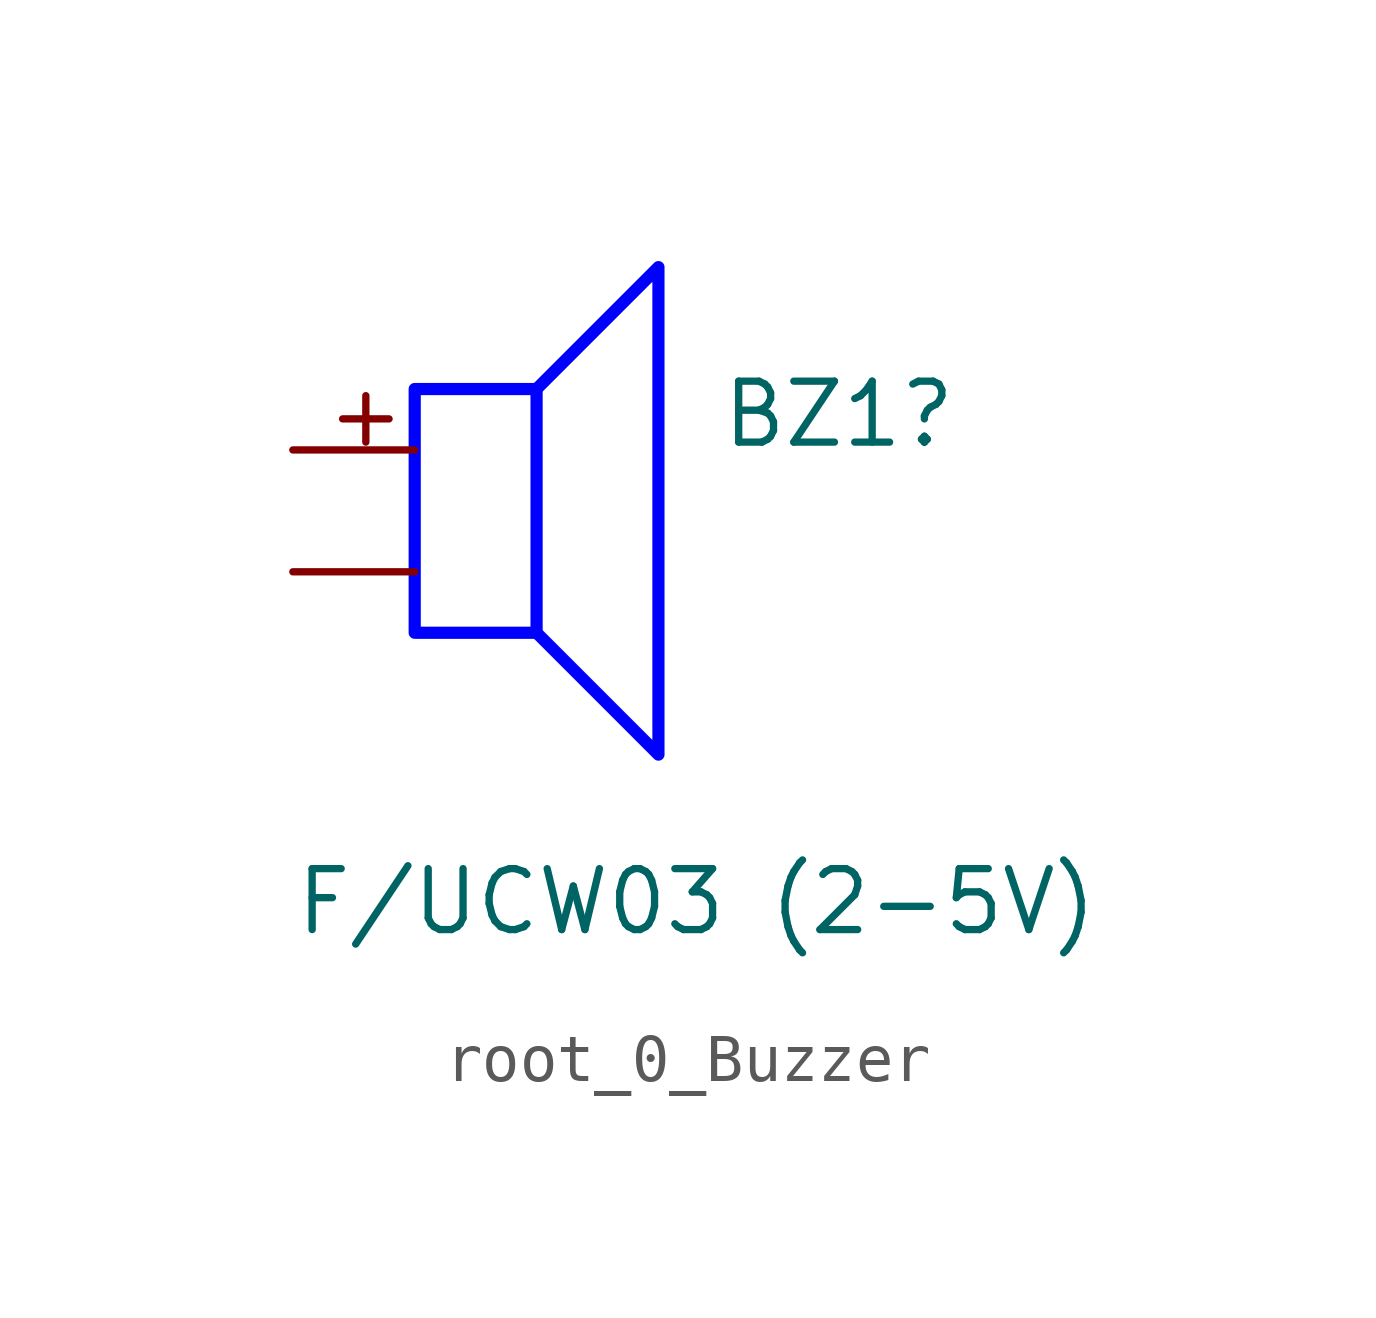
<source format=kicad_sym>
(kicad_symbol_lib
  (version 20220914)
  (generator kicad_symbol_editor)
  (symbol "root_0_Buzzer"
    (property "Reference" "BZ1"
      (at 6.35 0 0)
      (effects (font (size 1.27 1.27)) (justify left bottom)))
    (property "Value" "F/UCW03 (2-5V)"
      (at -2.54 -10.16 0)
      (effects (font (size 1.27 1.27)) (justify left bottom)))
    (symbol "root_0_Buzzer_1_0"
      (polyline (pts (xy 0 1.27) (xy 0 -3.81) (xy 2.54 -3.81) (xy 2.54 1.27) (xy 0 1.27)) (stroke (width 0.254) (type solid) (color 0 0 255 1)) (fill (type none)))
      (polyline (pts (xy 2.54 1.27) (xy 2.54 1.27) (xy 5.08 3.81) (xy 5.08 -6.35) (xy 2.54 -3.81) (xy 2.54 -3.81)) (stroke (width 0.254) (type solid) (color 0 0 255 1)) (fill (type none)))
      (text "+" (at -1.905 0 0) (effects (font (size 1.27 1.27)) (justify left bottom)))
      (pin passive line (at -2.54 0 0) (length 2.54) (name "+" (effects (font (size 0 0)))) (number "1" (effects (font (size 0 0)))))
      (pin passive line (at -2.54 -2.54 0) (length 2.54) (name "-" (effects (font (size 0 0)))) (number "2" (effects (font (size 0 0))))))))
</source>
